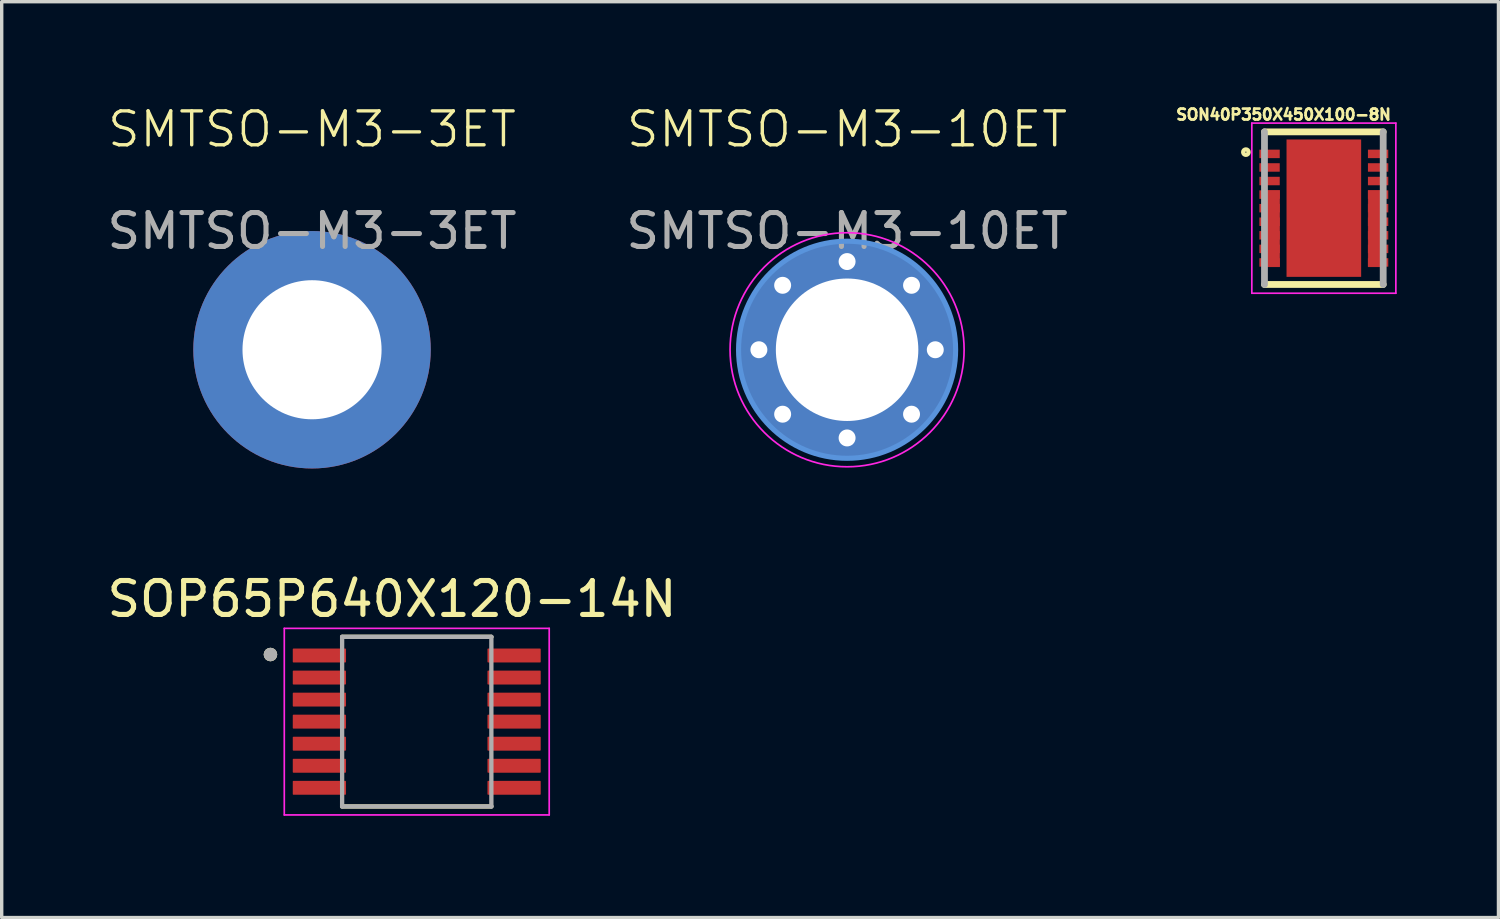
<source format=kicad_pcb>
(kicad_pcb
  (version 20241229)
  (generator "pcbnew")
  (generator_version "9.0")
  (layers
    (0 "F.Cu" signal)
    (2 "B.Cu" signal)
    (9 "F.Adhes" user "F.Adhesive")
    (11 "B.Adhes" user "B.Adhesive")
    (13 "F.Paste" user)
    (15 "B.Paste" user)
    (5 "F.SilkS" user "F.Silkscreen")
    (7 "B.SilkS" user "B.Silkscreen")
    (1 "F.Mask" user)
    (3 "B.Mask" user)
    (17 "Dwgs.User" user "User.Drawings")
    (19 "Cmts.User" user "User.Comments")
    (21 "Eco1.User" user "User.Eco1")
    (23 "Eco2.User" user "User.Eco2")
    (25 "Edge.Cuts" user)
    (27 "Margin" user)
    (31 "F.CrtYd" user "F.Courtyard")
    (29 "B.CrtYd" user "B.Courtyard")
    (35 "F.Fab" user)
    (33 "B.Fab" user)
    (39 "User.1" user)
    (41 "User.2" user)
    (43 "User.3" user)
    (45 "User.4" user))
  (footprint "SMTSO-M3-3ET"
    (layer "F.Cu")
    (at 6.149 7.261)
    (property "Reference" "SMTSO-M3-3ET" (at 0 -6.5 0) (unlocked yes) (layer "F.SilkS") (effects (font (size 1 1) (thickness 0.1))))
    (attr through_hole)
    (fp_text user "${REFERENCE}" (at 0 -3.5 0) (unlocked yes) (layer "F.Fab") (effects (font (size 1 1) (thickness 0.15))))
    (pad "1" thru_hole circle (at 0 0) (size 7 7) (drill 4.1) (layers "*.Cu" "*.Mask")))
  (footprint "SOP65P640X120-14N"
    (layer "F.Cu")
    (at 9.236 18.225)
    (property "Reference" "SOP65P640X120-14N" (at -0.73 -3.616 0) (layer "F.SilkS") (effects (font (size 1 1) (thickness 0.15))))
    (attr smd)
    (fp_line (start -2.2 -2.5) (end 2.2 -2.5) (stroke (width 0.127) (type solid)) (layer "F.SilkS"))
    (fp_line (start -2.2 2.5) (end 2.2 2.5) (stroke (width 0.127) (type solid)) (layer "F.SilkS"))
    (fp_circle (center -4.313 -1.979) (end -4.213 -1.979) (stroke (width 0.2) (type solid)) (fill no) (layer "F.SilkS"))
    (fp_line (start -3.905 -2.75) (end -3.905 2.75) (stroke (width 0.05) (type solid)) (layer "F.CrtYd"))
    (fp_line (start -3.905 -2.75) (end 3.905 -2.75) (stroke (width 0.05) (type solid)) (layer "F.CrtYd"))
    (fp_line (start -3.905 2.75) (end 3.905 2.75) (stroke (width 0.05) (type solid)) (layer "F.CrtYd"))
    (fp_line (start 3.905 -2.75) (end 3.905 2.75) (stroke (width 0.05) (type solid)) (layer "F.CrtYd"))
    (fp_line (start -2.2 -2.5) (end -2.2 2.5) (stroke (width 0.127) (type solid)) (layer "F.Fab"))
    (fp_line (start -2.2 -2.5) (end 2.2 -2.5) (stroke (width 0.127) (type solid)) (layer "F.Fab"))
    (fp_line (start -2.2 2.5) (end 2.2 2.5) (stroke (width 0.127) (type solid)) (layer "F.Fab"))
    (fp_line (start 2.2 -2.5) (end 2.2 2.5) (stroke (width 0.127) (type solid)) (layer "F.Fab"))
    (fp_circle (center -4.313 -1.979) (end -4.213 -1.979) (stroke (width 0.2) (type solid)) (fill no) (layer "F.Fab"))
    (pad "1" smd roundrect (at -2.87 -1.95) (size 1.57 0.41) (layers "F.Cu" "F.Mask" "F.Paste") (roundrect_rratio 0.05))
    (pad "2" smd roundrect (at -2.87 -1.3) (size 1.57 0.41) (layers "F.Cu" "F.Mask" "F.Paste") (roundrect_rratio 0.05))
    (pad "3" smd roundrect (at -2.87 -0.65) (size 1.57 0.41) (layers "F.Cu" "F.Mask" "F.Paste") (roundrect_rratio 0.05))
    (pad "4" smd roundrect (at -2.87 0) (size 1.57 0.41) (layers "F.Cu" "F.Mask" "F.Paste") (roundrect_rratio 0.05))
    (pad "5" smd roundrect (at -2.87 0.65) (size 1.57 0.41) (layers "F.Cu" "F.Mask" "F.Paste") (roundrect_rratio 0.05))
    (pad "6" smd roundrect (at -2.87 1.3) (size 1.57 0.41) (layers "F.Cu" "F.Mask" "F.Paste") (roundrect_rratio 0.05))
    (pad "7" smd roundrect (at -2.87 1.95) (size 1.57 0.41) (layers "F.Cu" "F.Mask" "F.Paste") (roundrect_rratio 0.05))
    (pad "8" smd roundrect (at 2.87 1.95) (size 1.57 0.41) (layers "F.Cu" "F.Mask" "F.Paste") (roundrect_rratio 0.05))
    (pad "9" smd roundrect (at 2.87 1.3) (size 1.57 0.41) (layers "F.Cu" "F.Mask" "F.Paste") (roundrect_rratio 0.05))
    (pad "10" smd roundrect (at 2.87 0.65) (size 1.57 0.41) (layers "F.Cu" "F.Mask" "F.Paste") (roundrect_rratio 0.05))
    (pad "11" smd roundrect (at 2.87 0) (size 1.57 0.41) (layers "F.Cu" "F.Mask" "F.Paste") (roundrect_rratio 0.05))
    (pad "12" smd roundrect (at 2.87 -0.65) (size 1.57 0.41) (layers "F.Cu" "F.Mask" "F.Paste") (roundrect_rratio 0.05))
    (pad "13" smd roundrect (at 2.87 -1.3) (size 1.57 0.41) (layers "F.Cu" "F.Mask" "F.Paste") (roundrect_rratio 0.05))
    (pad "14" smd roundrect (at 2.87 -1.95) (size 1.57 0.41) (layers "F.Cu" "F.Mask" "F.Paste") (roundrect_rratio 0.05)))
  (footprint "SMTSO-M3-10ET"
    (layer "F.Cu")
    (at 21.923 7.261)
    (property "Reference" "SMTSO-M3-10ET" (at 0 -6.5 0) (unlocked yes) (layer "F.SilkS") (effects (font (size 1 1) (thickness 0.1))))
    (attr through_hole)
    (fp_arc (start -2.573925 -0.722007) (mid -2.46745 -1.028628) (end -2.324599 -1.320084) (stroke (width 0.8) (type default)) (layer "F.Paste"))
    (fp_arc (start -2.345754 1.321412) (mid -2.477085 1.054866) (end -2.578242 0.775471) (stroke (width 0.8) (type default)) (layer "F.Paste"))
    (fp_arc (start -1.321412 -2.345754) (mid -1.054866 -2.477085) (end -0.775471 -2.578242) (stroke (width 0.8) (type default)) (layer "F.Paste"))
    (fp_arc (start -0.722007 2.573925) (mid -1.028628 2.46745) (end -1.320084 2.324599) (stroke (width 0.8) (type default)) (layer "F.Paste"))
    (fp_arc (start 0.722007 -2.573925) (mid 1.028628 -2.46745) (end 1.320084 -2.324599) (stroke (width 0.8) (type default)) (layer "F.Paste"))
    (fp_arc (start 1.321412 2.345754) (mid 1.054866 2.477085) (end 0.775471 2.578242) (stroke (width 0.8) (type default)) (layer "F.Paste"))
    (fp_arc (start 2.345754 -1.321412) (mid 2.477085 -1.054866) (end 2.578242 -0.775471) (stroke (width 0.8) (type default)) (layer "F.Paste"))
    (fp_arc (start 2.573925 0.722007) (mid 2.46745 1.028628) (end 2.324599 1.320084) (stroke (width 0.8) (type default)) (layer "F.Paste"))
    (fp_circle (center 0 0) (end 3.2 0) (stroke (width 0.15) (type solid)) (fill no) (layer "Cmts.User"))
    (fp_circle (center 0 0) (end 3.45 0) (stroke (width 0.05) (type solid)) (fill no) (layer "F.CrtYd"))
    (fp_text user "${REFERENCE}" (at 0 -3.5 0) (unlocked yes) (layer "F.Fab") (effects (font (size 1 1) (thickness 0.15))))
    (pad "1" thru_hole circle (at -2.6 0) (size 0.8 0.8) (drill 0.5) (layers "*.Cu" "*.Mask"))
    (pad "1" thru_hole circle (at -1.9 -1.9) (size 0.8 0.8) (drill 0.5) (layers "*.Cu" "*.Mask"))
    (pad "1" thru_hole circle (at -1.9 1.9) (size 0.8 0.8) (drill 0.5) (layers "*.Cu" "*.Mask"))
    (pad "1" thru_hole circle (at 0 -2.6) (size 0.8 0.8) (drill 0.5) (layers "*.Cu" "*.Mask"))
    (pad "1" thru_hole circle (at 0 0) (size 6.4 6.4) (drill 4.2) (layers "*.Cu" "*.Mask"))
    (pad "1" thru_hole circle (at 0 2.6) (size 0.8 0.8) (drill 0.5) (layers "*.Cu" "*.Mask"))
    (pad "1" thru_hole circle (at 1.9 -1.9) (size 0.8 0.8) (drill 0.5) (layers "*.Cu" "*.Mask"))
    (pad "1" thru_hole circle (at 1.9 1.9) (size 0.8 0.8) (drill 0.5) (layers "*.Cu" "*.Mask"))
    (pad "1" thru_hole circle (at 2.6 0) (size 0.8 0.8) (drill 0.5) (layers "*.Cu" "*.Mask")))
  (footprint "SON40P350X450X100-8N"
    (layer "F.Cu")
    (at 35.978 3.087)
    (property "Reference" "SON40P350X450X100-8N" (at -1.187 -2.759 0) (layer "F.SilkS") (effects (font (size 0.321 0.321) (thickness 0.08))))
    (attr smd)
    (fp_poly (pts (xy -1.682 -0.525) (xy -1.3 -0.525) (xy -1.3 1.732) (xy -1.682 1.732)) (stroke (width 0.01) (type solid)) (fill yes) (layer "F.Cu"))
    (fp_poly (pts (xy 1.305 -0.525) (xy 1.675 -0.525) (xy 1.675 1.732) (xy 1.305 1.732)) (stroke (width 0.01) (type solid)) (fill yes) (layer "F.Cu"))
    (fp_line (start 1.75 -2.25) (end -1.75 -2.25) (stroke (width 0.2) (type solid)) (layer "F.SilkS"))
    (fp_line (start 1.75 2.25) (end -1.75 2.25) (stroke (width 0.2) (type solid)) (layer "F.SilkS"))
    (fp_circle (center -2.298 -1.652) (end -2.218 -1.652) (stroke (width 0.127) (type solid)) (fill no) (layer "F.SilkS"))
    (fp_poly (pts (xy -1.752 -1.3) (xy -1.35 -1.3) (xy -1.35 -1.108) (xy -1.752 -1.108)) (stroke (width 0.01) (type solid)) (fill yes) (layer "F.Paste"))
    (fp_poly (pts (xy -1.748 -0.1) (xy -1.35 -0.1) (xy -1.35 0.1) (xy -1.748 0.1)) (stroke (width 0.01) (type solid)) (fill yes) (layer "F.Paste"))
    (fp_poly (pts (xy -1.748 1.5) (xy -1.35 1.5) (xy -1.35 1.708) (xy -1.748 1.708)) (stroke (width 0.01) (type solid)) (fill yes) (layer "F.Paste"))
    (fp_poly (pts (xy -1.748 1.1) (xy -1.35 1.1) (xy -1.35 1.306) (xy -1.748 1.306)) (stroke (width 0.01) (type solid)) (fill yes) (layer "F.Paste"))
    (fp_poly (pts (xy -1.747 0.3) (xy -1.35 0.3) (xy -1.35 0.502) (xy -1.747 0.502)) (stroke (width 0.01) (type solid)) (fill yes) (layer "F.Paste"))
    (fp_poly (pts (xy -1.747 0.7) (xy -1.35 0.7) (xy -1.35 0.903) (xy -1.747 0.903)) (stroke (width 0.01) (type solid)) (fill yes) (layer "F.Paste"))
    (fp_poly (pts (xy -1.747 -0.9) (xy -1.35 -0.9) (xy -1.35 -0.703) (xy -1.747 -0.703)) (stroke (width 0.01) (type solid)) (fill yes) (layer "F.Paste"))
    (fp_poly (pts (xy -1.746 -1.7) (xy -1.35 -1.7) (xy -1.35 -1.505) (xy -1.746 -1.505)) (stroke (width 0.01) (type solid)) (fill yes) (layer "F.Paste"))
    (fp_poly (pts (xy -1.745 -0.5) (xy -1.35 -0.5) (xy -1.35 -0.301) (xy -1.745 -0.301)) (stroke (width 0.01) (type solid)) (fill yes) (layer "F.Paste"))
    (fp_poly (pts (xy -1.634 -0.3) (xy -1.35 -0.3) (xy -1.35 -0.101) (xy -1.634 -0.101)) (stroke (width 0.01) (type solid)) (fill yes) (layer "F.Paste"))
    (fp_poly (pts (xy -1.633 0.1) (xy -1.35 0.1) (xy -1.35 0.301) (xy -1.633 0.301)) (stroke (width 0.01) (type solid)) (fill yes) (layer "F.Paste"))
    (fp_poly (pts (xy -1.633 0.9) (xy -1.35 0.9) (xy -1.35 1.105) (xy -1.633 1.105)) (stroke (width 0.01) (type solid)) (fill yes) (layer "F.Paste"))
    (fp_poly (pts (xy -1.631 0.5) (xy -1.35 0.5) (xy -1.35 0.702) (xy -1.631 0.702)) (stroke (width 0.01) (type solid)) (fill yes) (layer "F.Paste"))
    (fp_poly (pts (xy -1.63 1.3) (xy -1.35 1.3) (xy -1.35 1.505) (xy -1.63 1.505)) (stroke (width 0.01) (type solid)) (fill yes) (layer "F.Paste"))
    (fp_poly (pts (xy -1.005 1.188) (xy -0.15 1.188) (xy -0.15 1.935) (xy -1.005 1.935)) (stroke (width 0.01) (type solid)) (fill yes) (layer "F.Paste"))
    (fp_poly (pts (xy -1.004 -0.887) (xy -0.15 -0.887) (xy -0.15 -0.15) (xy -1.004 -0.15)) (stroke (width 0.01) (type solid)) (fill yes) (layer "F.Paste"))
    (fp_poly (pts (xy -1.004 0.149) (xy -0.15 0.149) (xy -0.15 0.891) (xy -1.004 0.891)) (stroke (width 0.01) (type solid)) (fill yes) (layer "F.Paste"))
    (fp_poly (pts (xy -1.003 -1.926) (xy -0.15 -1.926) (xy -0.15 -1.191) (xy -1.003 -1.191)) (stroke (width 0.01) (type solid)) (fill yes) (layer "F.Paste"))
    (fp_poly (pts (xy 0.15 0.149) (xy 1 0.149) (xy 1 0.889) (xy 0.15 0.889)) (stroke (width 0.01) (type solid)) (fill yes) (layer "F.Paste"))
    (fp_poly (pts (xy 0.15 -0.887) (xy 1 -0.887) (xy 1 -0.149) (xy 0.15 -0.149)) (stroke (width 0.01) (type solid)) (fill yes) (layer "F.Paste"))
    (fp_poly (pts (xy 0.15 -1.926) (xy 1 -1.926) (xy 1 -1.192) (xy 0.15 -1.192)) (stroke (width 0.01) (type solid)) (fill yes) (layer "F.Paste"))
    (fp_poly (pts (xy 0.151 1.188) (xy 1 1.188) (xy 1 1.938) (xy 0.151 1.938)) (stroke (width 0.01) (type solid)) (fill yes) (layer "F.Paste"))
    (fp_poly (pts (xy 1.352 0.7) (xy 1.74 0.7) (xy 1.74 0.901) (xy 1.352 0.901)) (stroke (width 0.01) (type solid)) (fill yes) (layer "F.Paste"))
    (fp_poly (pts (xy 1.354 0.5) (xy 1.625 0.5) (xy 1.625 0.702) (xy 1.354 0.702)) (stroke (width 0.01) (type solid)) (fill yes) (layer "F.Paste"))
    (fp_poly (pts (xy 1.354 1.3) (xy 1.625 1.3) (xy 1.625 1.504) (xy 1.354 1.504)) (stroke (width 0.01) (type solid)) (fill yes) (layer "F.Paste"))
    (fp_poly (pts (xy 1.354 -0.9) (xy 1.74 -0.9) (xy 1.74 -0.702) (xy 1.354 -0.702)) (stroke (width 0.01) (type solid)) (fill yes) (layer "F.Paste"))
    (fp_poly (pts (xy 1.354 -1.3) (xy 1.74 -1.3) (xy 1.74 -1.104) (xy 1.354 -1.104)) (stroke (width 0.01) (type solid)) (fill yes) (layer "F.Paste"))
    (fp_poly (pts (xy 1.355 -0.3) (xy 1.625 -0.3) (xy 1.625 -0.1) (xy 1.355 -0.1)) (stroke (width 0.01) (type solid)) (fill yes) (layer "F.Paste"))
    (fp_poly (pts (xy 1.355 0.3) (xy 1.74 0.3) (xy 1.74 0.502) (xy 1.355 0.502)) (stroke (width 0.01) (type solid)) (fill yes) (layer "F.Paste"))
    (fp_poly (pts (xy 1.355 1.1) (xy 1.74 1.1) (xy 1.74 1.305) (xy 1.355 1.305)) (stroke (width 0.01) (type solid)) (fill yes) (layer "F.Paste"))
    (fp_poly (pts (xy 1.355 -0.5) (xy 1.74 -0.5) (xy 1.74 -0.301) (xy 1.355 -0.301)) (stroke (width 0.01) (type solid)) (fill yes) (layer "F.Paste"))
    (fp_poly (pts (xy 1.355 1.5) (xy 1.74 1.5) (xy 1.74 1.706) (xy 1.355 1.706)) (stroke (width 0.01) (type solid)) (fill yes) (layer "F.Paste"))
    (fp_poly (pts (xy 1.356 0.1) (xy 1.625 0.1) (xy 1.625 0.301) (xy 1.356 0.301)) (stroke (width 0.01) (type solid)) (fill yes) (layer "F.Paste"))
    (fp_poly (pts (xy 1.357 -0.1) (xy 1.74 -0.1) (xy 1.74 0.101) (xy 1.357 0.101)) (stroke (width 0.01) (type solid)) (fill yes) (layer "F.Paste"))
    (fp_poly (pts (xy 1.357 0.9) (xy 1.625 0.9) (xy 1.625 1.106) (xy 1.357 1.106)) (stroke (width 0.01) (type solid)) (fill yes) (layer "F.Paste"))
    (fp_poly (pts (xy 1.358 -1.7) (xy 1.74 -1.7) (xy 1.74 -1.509) (xy 1.358 -1.509)) (stroke (width 0.01) (type solid)) (fill yes) (layer "F.Paste"))
    (fp_line (start -2.123 -2.508) (end 2.123 -2.508) (stroke (width 0.05) (type solid)) (layer "F.CrtYd"))
    (fp_line (start -2.123 2.508) (end -2.123 -2.508) (stroke (width 0.05) (type solid)) (layer "F.CrtYd"))
    (fp_line (start 2.123 -2.508) (end 2.123 2.508) (stroke (width 0.05) (type solid)) (layer "F.CrtYd"))
    (fp_line (start 2.123 2.508) (end -2.123 2.508) (stroke (width 0.05) (type solid)) (layer "F.CrtYd"))
    (fp_line (start -1.75 -2.25) (end -1.75 2.25) (stroke (width 0.2) (type solid)) (layer "F.Fab"))
    (fp_line (start 1.75 -2.25) (end 1.75 2.25) (stroke (width 0.2) (type solid)) (layer "F.Fab"))
    (pad "1" smd rect (at -1.6 -1.6) (size 0.6 0.25) (layers "F.Cu" "F.Mask"))
    (pad "2" smd rect (at -1.6 -1.2) (size 0.6 0.25) (layers "F.Cu" "F.Mask"))
    (pad "3" smd rect (at -1.6 -0.8) (size 0.6 0.25) (layers "F.Cu" "F.Mask"))
    (pad "4" smd rect (at -1.6 1.6) (size 0.6 0.25) (layers "F.Cu" "F.Mask"))
    (pad "5" smd rect (at 1.6 1.6) (size 0.6 0.25) (layers "F.Cu" "F.Mask"))
    (pad "6" smd rect (at 1.6 -0.8) (size 0.6 0.25) (layers "F.Cu" "F.Mask"))
    (pad "7" smd rect (at 1.6 -1.2) (size 0.6 0.25) (layers "F.Cu" "F.Mask"))
    (pad "8" smd rect (at 1.6 -1.6) (size 0.6 0.25) (layers "F.Cu" "F.Mask"))
    (pad "9" smd rect (at 0 0 180) (size 2.2 4.05) (layers "F.Cu" "F.Mask"))
    (pad "10" smd rect (at 1.6 1.2) (size 0.6 0.25) (layers "F.Cu" "F.Mask"))
    (pad "11" smd rect (at 1.6 0.8) (size 0.6 0.25) (layers "F.Cu" "F.Mask"))
    (pad "12" smd rect (at 1.6 0.4) (size 0.6 0.25) (layers "F.Cu" "F.Mask"))
    (pad "13" smd rect (at 1.6 0) (size 0.6 0.25) (layers "F.Cu" "F.Mask"))
    (pad "14" smd rect (at 1.6 -0.4) (size 0.6 0.25) (layers "F.Cu" "F.Mask"))
    (pad "15" smd rect (at -1.6 1.2) (size 0.6 0.25) (layers "F.Cu" "F.Mask"))
    (pad "16" smd rect (at -1.6 0.8) (size 0.6 0.25) (layers "F.Cu" "F.Mask"))
    (pad "17" smd rect (at -1.6 0.4) (size 0.6 0.25) (layers "F.Cu" "F.Mask"))
    (pad "18" smd rect (at -1.6 0) (size 0.6 0.25) (layers "F.Cu" "F.Mask"))
    (pad "19" smd rect (at -1.6 -0.4) (size 0.6 0.25) (layers "F.Cu" "F.Mask")))
  (gr_rect
    (start -3 -3)
    (end 41.126 24)
    (stroke (width 0.1) (type default))
    (fill no)
    (layer "Edge.Cuts")))
</source>
